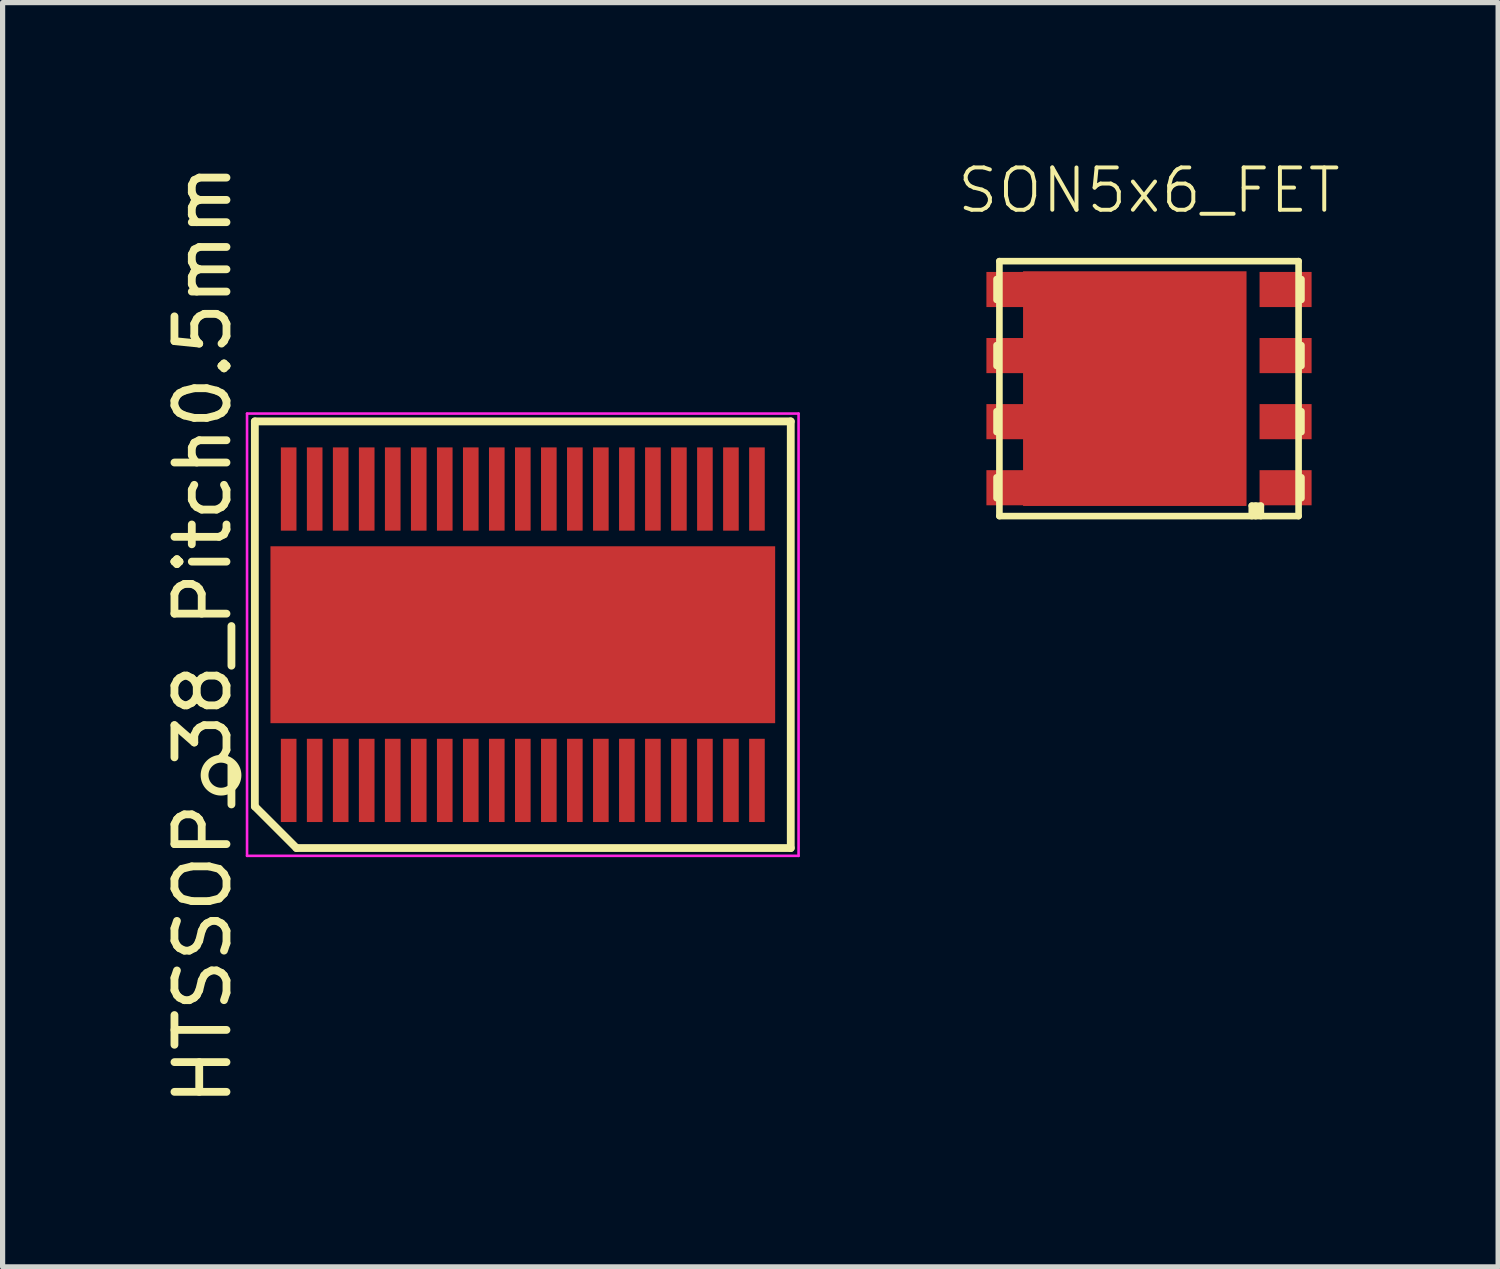
<source format=kicad_pcb>
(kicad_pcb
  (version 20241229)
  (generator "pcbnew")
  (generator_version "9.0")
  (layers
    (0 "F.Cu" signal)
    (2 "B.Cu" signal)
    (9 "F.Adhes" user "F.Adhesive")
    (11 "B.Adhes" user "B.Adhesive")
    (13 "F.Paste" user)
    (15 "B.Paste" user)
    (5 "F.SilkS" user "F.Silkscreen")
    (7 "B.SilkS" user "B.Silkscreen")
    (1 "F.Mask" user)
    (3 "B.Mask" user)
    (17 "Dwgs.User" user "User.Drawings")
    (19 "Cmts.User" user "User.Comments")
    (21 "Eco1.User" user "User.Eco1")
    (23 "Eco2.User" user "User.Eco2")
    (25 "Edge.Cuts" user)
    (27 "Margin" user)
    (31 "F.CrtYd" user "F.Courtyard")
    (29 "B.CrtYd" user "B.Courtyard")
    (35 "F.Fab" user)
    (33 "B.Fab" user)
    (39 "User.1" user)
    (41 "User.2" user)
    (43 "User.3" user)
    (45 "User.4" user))
  (footprint "HTSSOP_38_Pitch0.5mm"
    (layer "F.Cu")
    (at 6.998 9.149)
    (property "Reference" "HTSSOP_38_Pitch0.5mm" (at -6.15 0 90) (layer "F.SilkS") (effects (font (size 1 1) (thickness 0.15))))
    (attr smd)
    (fp_line (start -5.15 -4.1) (end 5.15 -4.1) (stroke (width 0.15) (type solid)) (layer "F.SilkS"))
    (fp_line (start -5.15 3.3) (end -5.15 -4.1) (stroke (width 0.15) (type solid)) (layer "F.SilkS"))
    (fp_line (start -4.35 4.1) (end -5.15 3.3) (stroke (width 0.15) (type solid)) (layer "F.SilkS"))
    (fp_line (start 5.15 -4.1) (end 5.15 4.1) (stroke (width 0.15) (type solid)) (layer "F.SilkS"))
    (fp_line (start 5.15 4.1) (end -4.35 4.1) (stroke (width 0.15) (type solid)) (layer "F.SilkS"))
    (fp_circle (center -5.8 2.7) (end -5.5 2.8) (stroke (width 0.15) (type solid)) (fill no) (layer "F.SilkS"))
    (fp_line (start -5.3 -4.25) (end 5.3 -4.25) (stroke (width 0.05) (type solid)) (layer "F.CrtYd"))
    (fp_line (start -5.3 4.25) (end -5.3 -4.25) (stroke (width 0.05) (type solid)) (layer "F.CrtYd"))
    (fp_line (start 5.3 -4.25) (end 5.3 4.25) (stroke (width 0.05) (type solid)) (layer "F.CrtYd"))
    (fp_line (start 5.3 4.25) (end -5.3 4.25) (stroke (width 0.05) (type solid)) (layer "F.CrtYd"))
    (pad "1" smd rect (at -4.5 2.8) (size 0.3 1.6) (layers "F.Cu" "F.Mask" "F.Paste"))
    (pad "2" smd rect (at -4 2.8) (size 0.3 1.6) (layers "F.Cu" "F.Mask" "F.Paste"))
    (pad "3" smd rect (at -3.5 2.8) (size 0.3 1.6) (layers "F.Cu" "F.Mask" "F.Paste"))
    (pad "4" smd rect (at -3 2.8) (size 0.3 1.6) (layers "F.Cu" "F.Mask" "F.Paste"))
    (pad "5" smd rect (at -2.5 2.8) (size 0.3 1.6) (layers "F.Cu" "F.Mask" "F.Paste"))
    (pad "6" smd rect (at -2 2.8) (size 0.3 1.6) (layers "F.Cu" "F.Mask" "F.Paste"))
    (pad "7" smd rect (at -1.5 2.8) (size 0.3 1.6) (layers "F.Cu" "F.Mask" "F.Paste"))
    (pad "8" smd rect (at -1 2.8) (size 0.3 1.6) (layers "F.Cu" "F.Mask" "F.Paste"))
    (pad "9" smd rect (at -0.5 2.8) (size 0.3 1.6) (layers "F.Cu" "F.Mask" "F.Paste"))
    (pad "10" smd rect (at 0 2.8) (size 0.3 1.6) (layers "F.Cu" "F.Mask" "F.Paste"))
    (pad "11" smd rect (at 0.5 2.8) (size 0.3 1.6) (layers "F.Cu" "F.Mask" "F.Paste"))
    (pad "12" smd rect (at 1 2.8) (size 0.3 1.6) (layers "F.Cu" "F.Mask" "F.Paste"))
    (pad "13" smd rect (at 1.5 2.8) (size 0.3 1.6) (layers "F.Cu" "F.Mask" "F.Paste"))
    (pad "14" smd rect (at 2 2.8) (size 0.3 1.6) (layers "F.Cu" "F.Mask" "F.Paste"))
    (pad "15" smd rect (at 2.5 2.8) (size 0.3 1.6) (layers "F.Cu" "F.Mask" "F.Paste"))
    (pad "16" smd rect (at 3 2.8) (size 0.3 1.6) (layers "F.Cu" "F.Mask" "F.Paste"))
    (pad "17" smd rect (at 3.5 2.8) (size 0.3 1.6) (layers "F.Cu" "F.Mask" "F.Paste"))
    (pad "18" smd rect (at 4 2.8) (size 0.3 1.6) (layers "F.Cu" "F.Mask" "F.Paste"))
    (pad "19" smd rect (at 4.5 2.8) (size 0.3 1.6) (layers "F.Cu" "F.Mask" "F.Paste"))
    (pad "20" smd rect (at 4.5 -2.8) (size 0.3 1.6) (layers "F.Cu" "F.Mask" "F.Paste"))
    (pad "21" smd rect (at 4 -2.8) (size 0.3 1.6) (layers "F.Cu" "F.Mask" "F.Paste"))
    (pad "22" smd rect (at 3.5 -2.8) (size 0.3 1.6) (layers "F.Cu" "F.Mask" "F.Paste"))
    (pad "23" smd rect (at 3 -2.8) (size 0.3 1.6) (layers "F.Cu" "F.Mask" "F.Paste"))
    (pad "24" smd rect (at 2.5 -2.8) (size 0.3 1.6) (layers "F.Cu" "F.Mask" "F.Paste"))
    (pad "25" smd rect (at 2 -2.8) (size 0.3 1.6) (layers "F.Cu" "F.Mask" "F.Paste"))
    (pad "26" smd rect (at 1.5 -2.8) (size 0.3 1.6) (layers "F.Cu" "F.Mask" "F.Paste"))
    (pad "27" smd rect (at 1 -2.8) (size 0.3 1.6) (layers "F.Cu" "F.Mask" "F.Paste"))
    (pad "28" smd rect (at 0.5 -2.8) (size 0.3 1.6) (layers "F.Cu" "F.Mask" "F.Paste"))
    (pad "29" smd rect (at 0 -2.8) (size 0.3 1.6) (layers "F.Cu" "F.Mask" "F.Paste"))
    (pad "30" smd rect (at -0.5 -2.8) (size 0.3 1.6) (layers "F.Cu" "F.Mask" "F.Paste"))
    (pad "31" smd rect (at -1 -2.8) (size 0.3 1.6) (layers "F.Cu" "F.Mask" "F.Paste"))
    (pad "32" smd rect (at -1.5 -2.8) (size 0.3 1.6) (layers "F.Cu" "F.Mask" "F.Paste"))
    (pad "33" smd rect (at -2 -2.8) (size 0.3 1.6) (layers "F.Cu" "F.Mask" "F.Paste"))
    (pad "34" smd rect (at -2.5 -2.8) (size 0.3 1.6) (layers "F.Cu" "F.Mask" "F.Paste"))
    (pad "35" smd rect (at -3 -2.8) (size 0.3 1.6) (layers "F.Cu" "F.Mask" "F.Paste"))
    (pad "36" smd rect (at -3.5 -2.8) (size 0.3 1.6) (layers "F.Cu" "F.Mask" "F.Paste"))
    (pad "37" smd rect (at -4 -2.8) (size 0.3 1.6) (layers "F.Cu" "F.Mask" "F.Paste"))
    (pad "38" smd rect (at -4.5 -2.8) (size 0.3 1.6) (layers "F.Cu" "F.Mask" "F.Paste"))
    (pad "PAD" smd rect (at 0 0) (size 9.7 3.4) (layers "F.Cu" "F.Mask" "F.Paste")))
  (footprint "SON5x6_FET"
    (layer "F.Cu")
    (at 19.033 4.419)
    (property "Reference" "SON5x6_FET" (at 0 -3.81 0) (layer "F.SilkS") (effects (font (size 0.813 0.813) (thickness 0.076))))
    (attr through_hole)
    (fp_line (start -2.93 -2.105) (end -2.93 -1.705) (stroke (width 0.127) (type solid)) (layer "F.SilkS"))
    (fp_line (start -2.93 -0.835) (end -2.93 -0.435) (stroke (width 0.127) (type solid)) (layer "F.SilkS"))
    (fp_line (start -2.93 0.835) (end -2.93 0.435) (stroke (width 0.127) (type solid)) (layer "F.SilkS"))
    (fp_line (start -2.93 2.105) (end -2.93 1.705) (stroke (width 0.127) (type solid)) (layer "F.SilkS"))
    (fp_line (start -2.875 -2.45) (end 2.875 -2.45) (stroke (width 0.127) (type solid)) (layer "F.SilkS"))
    (fp_line (start -2.875 2.45) (end -2.875 -2.45) (stroke (width 0.127) (type solid)) (layer "F.SilkS"))
    (fp_line (start 1.975 2.25) (end 2.15 2.25) (stroke (width 0.127) (type solid)) (layer "F.SilkS"))
    (fp_line (start 1.975 2.45) (end 1.975 2.25) (stroke (width 0.127) (type solid)) (layer "F.SilkS"))
    (fp_line (start 2.05 2.25) (end 2.05 2.45) (stroke (width 0.127) (type solid)) (layer "F.SilkS"))
    (fp_line (start 2.15 2.25) (end 2.15 2.45) (stroke (width 0.127) (type solid)) (layer "F.SilkS"))
    (fp_line (start 2.875 -2.45) (end 2.875 2.45) (stroke (width 0.127) (type solid)) (layer "F.SilkS"))
    (fp_line (start 2.875 2.45) (end -2.875 2.45) (stroke (width 0.127) (type solid)) (layer "F.SilkS"))
    (fp_line (start 2.93 -2.105) (end 2.93 -1.705) (stroke (width 0.127) (type solid)) (layer "F.SilkS"))
    (fp_line (start 2.93 -0.835) (end 2.93 -0.435) (stroke (width 0.127) (type solid)) (layer "F.SilkS"))
    (fp_line (start 2.93 0.835) (end 2.93 0.435) (stroke (width 0.127) (type solid)) (layer "F.SilkS"))
    (fp_line (start 2.93 2.105) (end 2.93 1.705) (stroke (width 0.127) (type solid)) (layer "F.SilkS"))
    (pad "D" smd rect (at -2.625 -1.905) (size 1 0.675) (layers "F.Cu" "F.Mask" "F.Paste"))
    (pad "D" smd rect (at -2.625 -0.635) (size 1 0.675) (layers "F.Cu" "F.Mask" "F.Paste"))
    (pad "D" smd rect (at -2.625 0.635) (size 1 0.675) (layers "F.Cu" "F.Mask" "F.Paste"))
    (pad "D" smd rect (at -2.625 1.905) (size 1 0.675) (layers "F.Cu" "F.Mask" "F.Paste"))
    (pad "D" smd rect (at -0.273 0) (size 4.295 4.51) (layers "F.Cu" "F.Mask" "F.Paste"))
    (pad "G" smd rect (at 2.625 -1.905) (size 1 0.675) (layers "F.Cu" "F.Mask" "F.Paste"))
    (pad "S" smd rect (at 2.625 -0.635) (size 1 0.675) (layers "F.Cu" "F.Mask" "F.Paste"))
    (pad "S" smd rect (at 2.625 0.635) (size 1 0.675) (layers "F.Cu" "F.Mask" "F.Paste"))
    (pad "S" smd rect (at 2.625 1.905) (size 1 0.675) (layers "F.Cu" "F.Mask" "F.Paste")))
  (gr_rect
    (start -3 -3)
    (end 25.743 21.298)
    (stroke (width 0.1) (type default))
    (fill no)
    (layer "Edge.Cuts")))
</source>
